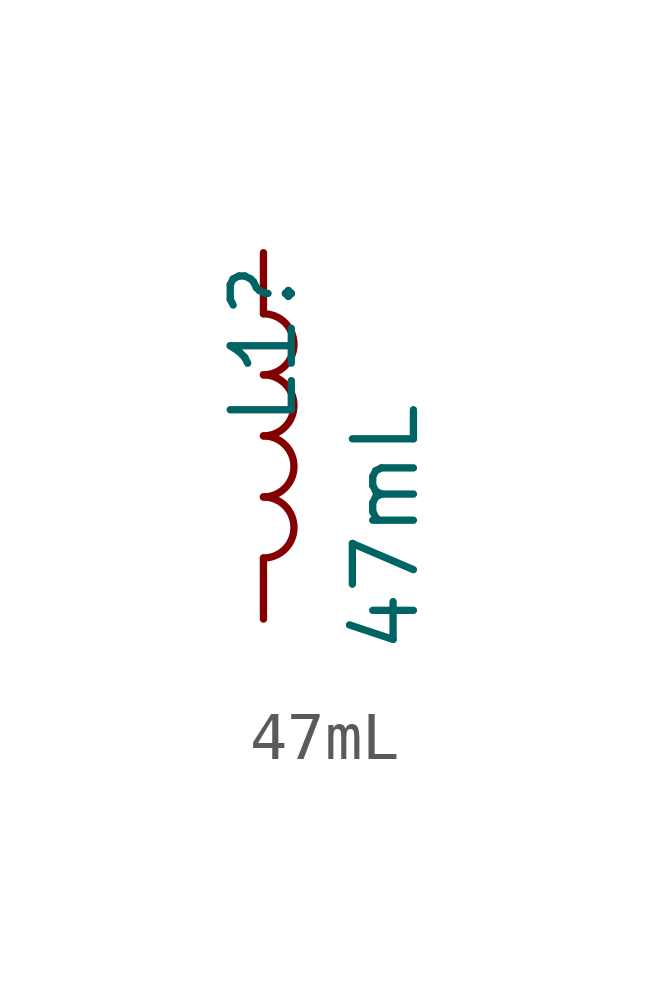
<source format=kicad_sym>
(kicad_symbol_lib
  (version 20211014)
  (generator kicad_symbol_editor)
  (symbol "47mL"
    (pin_numbers hide)
    (pin_names
      (offset 1.016) hide)
    (property "Reference" "L1"
      (at 0 1.905 90)
      (effects (font (size 1.27 1.27))))
    (property "Value" "47mL"
      (at 2.54 -1.905 90)
      (effects (font (size 1.27 1.27))))
    (symbol "47mL_0_1"
      (arc (start 0 -2.54) (mid 0.635 -1.905) (end 0 -1.27) (stroke (width 0) (type default) (color 0 0 0 0)) (fill (type none)))
      (arc (start 0 -1.27) (mid 0.635 -0.635) (end 0 0) (stroke (width 0) (type default) (color 0 0 0 0)) (fill (type none)))
      (arc (start 0 0) (mid 0.635 0.635) (end 0 1.27) (stroke (width 0) (type default) (color 0 0 0 0)) (fill (type none)))
      (arc (start 0 1.27) (mid 0.635 1.905) (end 0 2.54) (stroke (width 0) (type default) (color 0 0 0 0)) (fill (type none))))
    (symbol "47mL_1_1"
      (pin passive line (at 0 3.81 270) (length 1.27) (name "1" (effects (font (size 1.27 1.27)))) (number "1" (effects (font (size 1.27 1.27)))))
      (pin passive line (at 0 -3.81 90) (length 1.27) (name "2" (effects (font (size 1.27 1.27)))) (number "2" (effects (font (size 1.27 1.27))))))))
</source>
